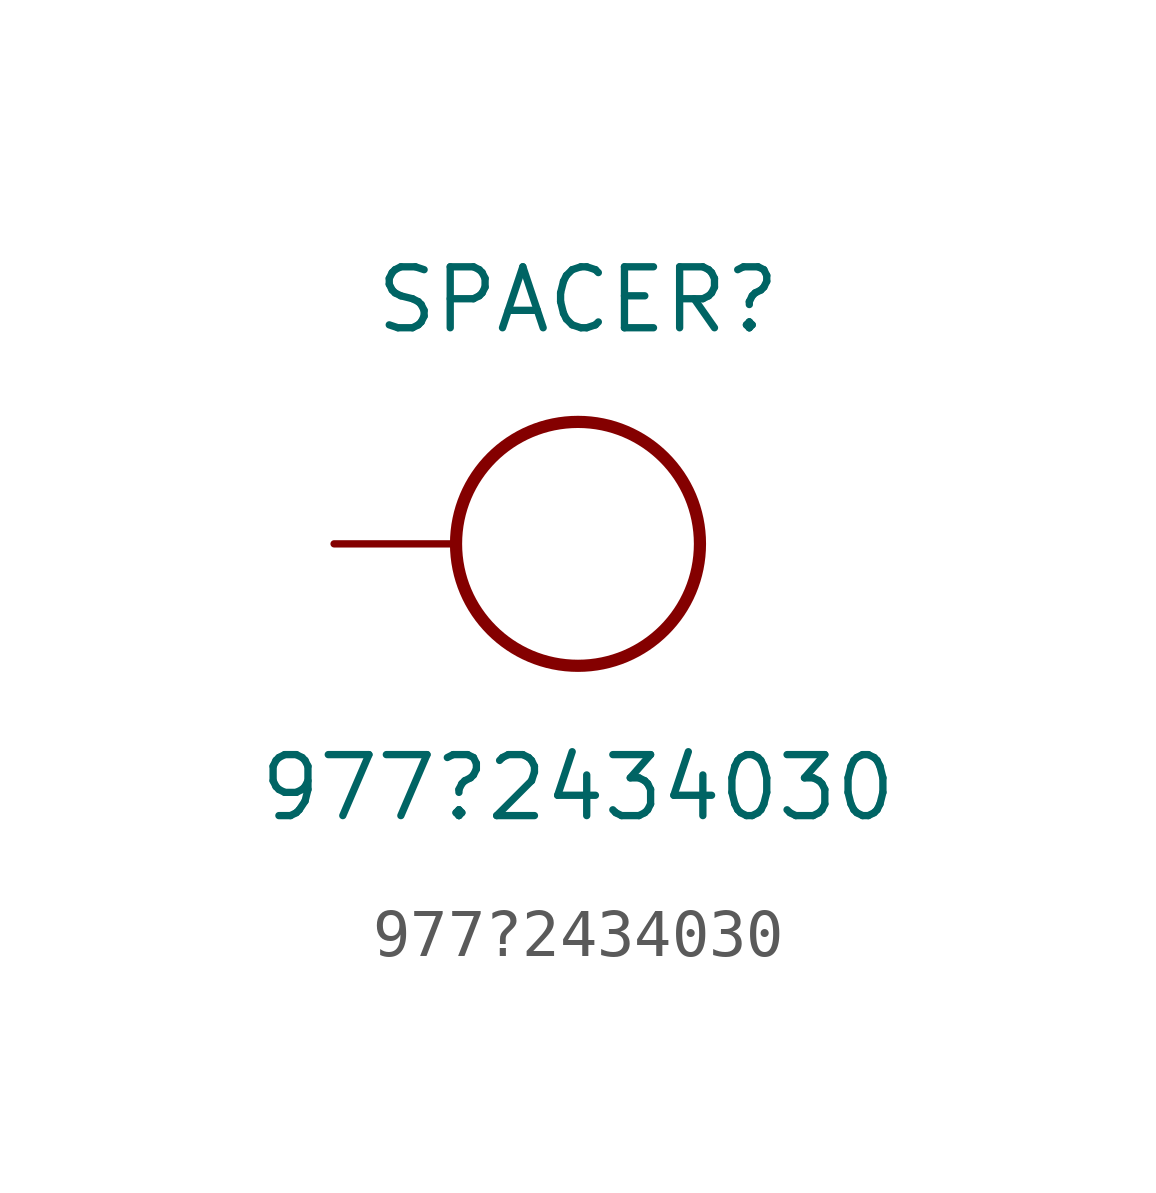
<source format=kicad_sym>
(kicad_symbol_lib
  (version 20211014)
  (generator kicad_symbol_editor)
  (symbol "977?2434030"
    (pin_numbers hide)
    (pin_names hide)
    (property "Reference" "SPACER"
      (at 0 5.08 0)
      (effects (font (size 1.27 1.27))))
    (property "Value" "977?2434030"
      (at 0 -5.08 0)
      (effects (font (size 1.27 1.27))))
    (symbol "977?2434030_1_0"
      (circle (center 0 0) (radius 2.54) (stroke (width 0.254) (type default) (color 0 0 0 0)) (fill (type none)))
      (pin passive line (at -5.08 0 0) (length 2.54) (name "1" (effects (font (size 0 0)))) (number "1" (effects (font (size 0 0))))))))
</source>
